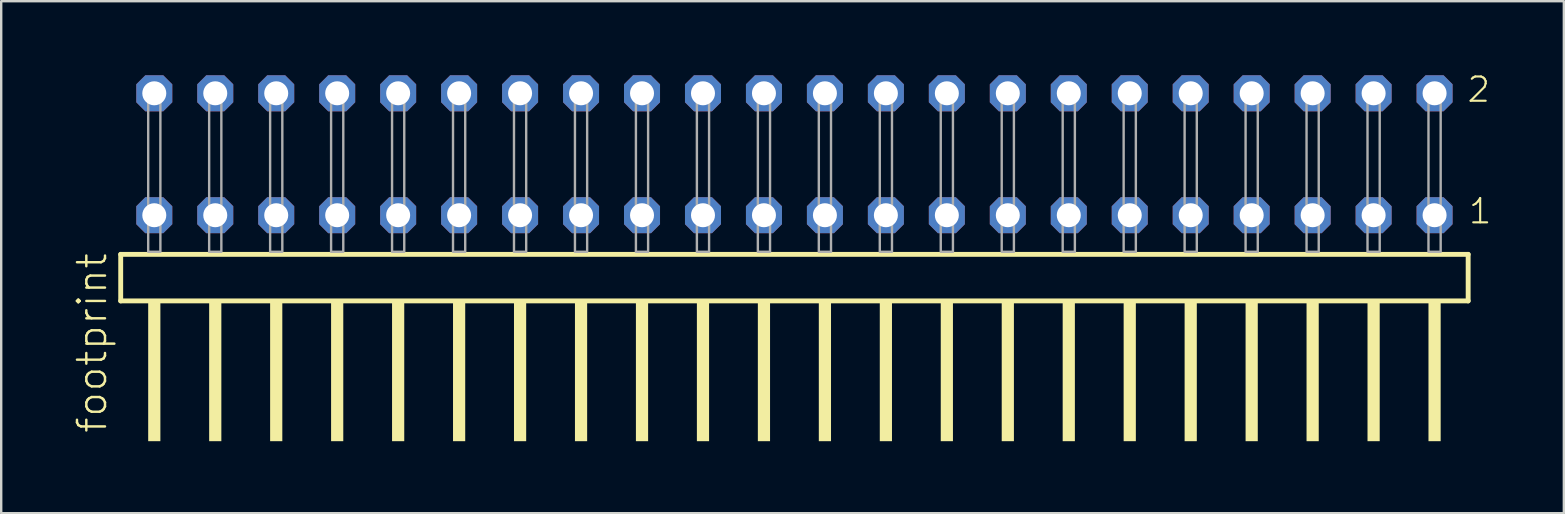
<source format=kicad_pcb>
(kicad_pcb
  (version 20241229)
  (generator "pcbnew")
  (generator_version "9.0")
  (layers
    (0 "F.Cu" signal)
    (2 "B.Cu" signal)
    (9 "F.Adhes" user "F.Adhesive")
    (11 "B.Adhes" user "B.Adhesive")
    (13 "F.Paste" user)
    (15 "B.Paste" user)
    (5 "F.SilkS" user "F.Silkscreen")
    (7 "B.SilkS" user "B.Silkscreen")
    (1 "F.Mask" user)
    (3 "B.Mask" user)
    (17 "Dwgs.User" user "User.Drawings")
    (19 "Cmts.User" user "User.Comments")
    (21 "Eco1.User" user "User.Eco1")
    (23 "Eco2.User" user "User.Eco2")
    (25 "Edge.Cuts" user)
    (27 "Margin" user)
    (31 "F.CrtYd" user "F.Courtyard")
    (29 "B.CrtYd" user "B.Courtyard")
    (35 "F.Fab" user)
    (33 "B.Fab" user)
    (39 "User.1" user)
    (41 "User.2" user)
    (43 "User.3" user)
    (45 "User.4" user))
  (footprint "footprint"
    (layer "F.Cu")
    (at 30.048 7.441)
    (property "Reference" "footprint" (at -28.575 7.62 90) (layer "F.SilkS") (effects (font (size 1.168 1.168) (thickness 0.102)) (justify left bottom)))
    (fp_line (start -28.069 0.106) (end -28.069 2.046) (stroke (width 0.203) (type solid)) (layer "F.SilkS"))
    (fp_line (start -28.069 2.046) (end 28.069 2.046) (stroke (width 0.203) (type solid)) (layer "F.SilkS"))
    (fp_line (start 28.069 0.106) (end -28.069 0.106) (stroke (width 0.203) (type solid)) (layer "F.SilkS"))
    (fp_line (start 28.069 2.046) (end 28.069 0.106) (stroke (width 0.203) (type solid)) (layer "F.SilkS"))
    (fp_poly (pts (xy -26.924 7.89) (xy -26.416 7.89) (xy -26.416 2.04) (xy -26.924 2.04)) (stroke (width 0) (type solid)) (fill yes) (layer "F.SilkS"))
    (fp_poly (pts (xy -24.384 7.89) (xy -23.876 7.89) (xy -23.876 2.04) (xy -24.384 2.04)) (stroke (width 0) (type solid)) (fill yes) (layer "F.SilkS"))
    (fp_poly (pts (xy -21.844 7.89) (xy -21.336 7.89) (xy -21.336 2.04) (xy -21.844 2.04)) (stroke (width 0) (type solid)) (fill yes) (layer "F.SilkS"))
    (fp_poly (pts (xy -19.304 7.89) (xy -18.796 7.89) (xy -18.796 2.04) (xy -19.304 2.04)) (stroke (width 0) (type solid)) (fill yes) (layer "F.SilkS"))
    (fp_poly (pts (xy -16.764 7.89) (xy -16.256 7.89) (xy -16.256 2.04) (xy -16.764 2.04)) (stroke (width 0) (type solid)) (fill yes) (layer "F.SilkS"))
    (fp_poly (pts (xy -14.224 7.89) (xy -13.716 7.89) (xy -13.716 2.04) (xy -14.224 2.04)) (stroke (width 0) (type solid)) (fill yes) (layer "F.SilkS"))
    (fp_poly (pts (xy -11.684 7.89) (xy -11.176 7.89) (xy -11.176 2.04) (xy -11.684 2.04)) (stroke (width 0) (type solid)) (fill yes) (layer "F.SilkS"))
    (fp_poly (pts (xy -9.144 7.89) (xy -8.636 7.89) (xy -8.636 2.04) (xy -9.144 2.04)) (stroke (width 0) (type solid)) (fill yes) (layer "F.SilkS"))
    (fp_poly (pts (xy -6.604 7.89) (xy -6.096 7.89) (xy -6.096 2.04) (xy -6.604 2.04)) (stroke (width 0) (type solid)) (fill yes) (layer "F.SilkS"))
    (fp_poly (pts (xy -4.064 7.89) (xy -3.556 7.89) (xy -3.556 2.04) (xy -4.064 2.04)) (stroke (width 0) (type solid)) (fill yes) (layer "F.SilkS"))
    (fp_poly (pts (xy -1.524 7.89) (xy -1.016 7.89) (xy -1.016 2.04) (xy -1.524 2.04)) (stroke (width 0) (type solid)) (fill yes) (layer "F.SilkS"))
    (fp_poly (pts (xy 1.016 7.89) (xy 1.524 7.89) (xy 1.524 2.04) (xy 1.016 2.04)) (stroke (width 0) (type solid)) (fill yes) (layer "F.SilkS"))
    (fp_poly (pts (xy 3.556 7.89) (xy 4.064 7.89) (xy 4.064 2.04) (xy 3.556 2.04)) (stroke (width 0) (type solid)) (fill yes) (layer "F.SilkS"))
    (fp_poly (pts (xy 6.096 7.89) (xy 6.604 7.89) (xy 6.604 2.04) (xy 6.096 2.04)) (stroke (width 0) (type solid)) (fill yes) (layer "F.SilkS"))
    (fp_poly (pts (xy 8.636 7.89) (xy 9.144 7.89) (xy 9.144 2.04) (xy 8.636 2.04)) (stroke (width 0) (type solid)) (fill yes) (layer "F.SilkS"))
    (fp_poly (pts (xy 11.176 7.89) (xy 11.684 7.89) (xy 11.684 2.04) (xy 11.176 2.04)) (stroke (width 0) (type solid)) (fill yes) (layer "F.SilkS"))
    (fp_poly (pts (xy 13.716 7.89) (xy 14.224 7.89) (xy 14.224 2.04) (xy 13.716 2.04)) (stroke (width 0) (type solid)) (fill yes) (layer "F.SilkS"))
    (fp_poly (pts (xy 16.256 7.89) (xy 16.764 7.89) (xy 16.764 2.04) (xy 16.256 2.04)) (stroke (width 0) (type solid)) (fill yes) (layer "F.SilkS"))
    (fp_poly (pts (xy 18.796 7.89) (xy 19.304 7.89) (xy 19.304 2.04) (xy 18.796 2.04)) (stroke (width 0) (type solid)) (fill yes) (layer "F.SilkS"))
    (fp_poly (pts (xy 21.336 7.89) (xy 21.844 7.89) (xy 21.844 2.04) (xy 21.336 2.04)) (stroke (width 0) (type solid)) (fill yes) (layer "F.SilkS"))
    (fp_poly (pts (xy 23.876 7.89) (xy 24.384 7.89) (xy 24.384 2.04) (xy 23.876 2.04)) (stroke (width 0) (type solid)) (fill yes) (layer "F.SilkS"))
    (fp_poly (pts (xy 26.416 7.89) (xy 26.924 7.89) (xy 26.924 2.04) (xy 26.416 2.04)) (stroke (width 0) (type solid)) (fill yes) (layer "F.SilkS"))
    (fp_poly (pts (xy -26.924 0) (xy -26.416 0) (xy -26.416 -6.858) (xy -26.924 -6.858)) (stroke (width 0.1) (type solid)) (fill no) (layer "F.Fab"))
    (fp_poly (pts (xy -24.384 0) (xy -23.876 0) (xy -23.876 -6.858) (xy -24.384 -6.858)) (stroke (width 0.1) (type solid)) (fill no) (layer "F.Fab"))
    (fp_poly (pts (xy -21.844 0) (xy -21.336 0) (xy -21.336 -6.858) (xy -21.844 -6.858)) (stroke (width 0.1) (type solid)) (fill no) (layer "F.Fab"))
    (fp_poly (pts (xy -19.304 0) (xy -18.796 0) (xy -18.796 -6.858) (xy -19.304 -6.858)) (stroke (width 0.1) (type solid)) (fill no) (layer "F.Fab"))
    (fp_poly (pts (xy -16.764 0) (xy -16.256 0) (xy -16.256 -6.858) (xy -16.764 -6.858)) (stroke (width 0.1) (type solid)) (fill no) (layer "F.Fab"))
    (fp_poly (pts (xy -14.224 0) (xy -13.716 0) (xy -13.716 -6.858) (xy -14.224 -6.858)) (stroke (width 0.1) (type solid)) (fill no) (layer "F.Fab"))
    (fp_poly (pts (xy -11.684 0) (xy -11.176 0) (xy -11.176 -6.858) (xy -11.684 -6.858)) (stroke (width 0.1) (type solid)) (fill no) (layer "F.Fab"))
    (fp_poly (pts (xy -9.144 0) (xy -8.636 0) (xy -8.636 -6.858) (xy -9.144 -6.858)) (stroke (width 0.1) (type solid)) (fill no) (layer "F.Fab"))
    (fp_poly (pts (xy -6.604 0) (xy -6.096 0) (xy -6.096 -6.858) (xy -6.604 -6.858)) (stroke (width 0.1) (type solid)) (fill no) (layer "F.Fab"))
    (fp_poly (pts (xy -4.064 0) (xy -3.556 0) (xy -3.556 -6.858) (xy -4.064 -6.858)) (stroke (width 0.1) (type solid)) (fill no) (layer "F.Fab"))
    (fp_poly (pts (xy -1.524 0) (xy -1.016 0) (xy -1.016 -6.858) (xy -1.524 -6.858)) (stroke (width 0.1) (type solid)) (fill no) (layer "F.Fab"))
    (fp_poly (pts (xy 1.016 0) (xy 1.524 0) (xy 1.524 -6.858) (xy 1.016 -6.858)) (stroke (width 0.1) (type solid)) (fill no) (layer "F.Fab"))
    (fp_poly (pts (xy 3.556 0) (xy 4.064 0) (xy 4.064 -6.858) (xy 3.556 -6.858)) (stroke (width 0.1) (type solid)) (fill no) (layer "F.Fab"))
    (fp_poly (pts (xy 6.096 0) (xy 6.604 0) (xy 6.604 -6.858) (xy 6.096 -6.858)) (stroke (width 0.1) (type solid)) (fill no) (layer "F.Fab"))
    (fp_poly (pts (xy 8.636 0) (xy 9.144 0) (xy 9.144 -6.858) (xy 8.636 -6.858)) (stroke (width 0.1) (type solid)) (fill no) (layer "F.Fab"))
    (fp_poly (pts (xy 11.176 0) (xy 11.684 0) (xy 11.684 -6.858) (xy 11.176 -6.858)) (stroke (width 0.1) (type solid)) (fill no) (layer "F.Fab"))
    (fp_poly (pts (xy 13.716 0) (xy 14.224 0) (xy 14.224 -6.858) (xy 13.716 -6.858)) (stroke (width 0.1) (type solid)) (fill no) (layer "F.Fab"))
    (fp_poly (pts (xy 16.256 0) (xy 16.764 0) (xy 16.764 -6.858) (xy 16.256 -6.858)) (stroke (width 0.1) (type solid)) (fill no) (layer "F.Fab"))
    (fp_poly (pts (xy 18.796 0) (xy 19.304 0) (xy 19.304 -6.858) (xy 18.796 -6.858)) (stroke (width 0.1) (type solid)) (fill no) (layer "F.Fab"))
    (fp_poly (pts (xy 21.336 0) (xy 21.844 0) (xy 21.844 -6.858) (xy 21.336 -6.858)) (stroke (width 0.1) (type solid)) (fill no) (layer "F.Fab"))
    (fp_poly (pts (xy 23.876 0) (xy 24.384 0) (xy 24.384 -6.858) (xy 23.876 -6.858)) (stroke (width 0.1) (type solid)) (fill no) (layer "F.Fab"))
    (fp_poly (pts (xy 26.416 0) (xy 26.924 0) (xy 26.924 -6.858) (xy 26.416 -6.858)) (stroke (width 0.1) (type solid)) (fill no) (layer "F.Fab"))
    (fp_text user "2" (at 27.97 -6.165 0) (layer "F.SilkS") (effects (font (size 1.012 1.012) (thickness 0.088)) (justify left bottom)))
    (fp_text user "1" (at 28.03 -1.1 0) (layer "F.SilkS") (effects (font (size 1.012 1.012) (thickness 0.088)) (justify left bottom)))
    (pad "1" thru_hole roundrect (at 26.67 -1.524 180) (size 1.5 1.5) (drill 1) (layers "*.Cu" "*.Mask") (roundrect_rratio 0.25) (chamfer_ratio 0.25) (chamfer top_left top_right bottom_left bottom_right))
    (pad "2" thru_hole roundrect (at 26.67 -6.604 180) (size 1.5 1.5) (drill 1) (layers "*.Cu" "*.Mask") (roundrect_rratio 0.25) (chamfer_ratio 0.25) (chamfer top_left top_right bottom_left bottom_right))
    (pad "3" thru_hole roundrect (at 24.13 -1.524 180) (size 1.5 1.5) (drill 1) (layers "*.Cu" "*.Mask") (roundrect_rratio 0.25) (chamfer_ratio 0.25) (chamfer top_left top_right bottom_left bottom_right))
    (pad "4" thru_hole roundrect (at 24.13 -6.604 180) (size 1.5 1.5) (drill 1) (layers "*.Cu" "*.Mask") (roundrect_rratio 0.25) (chamfer_ratio 0.25) (chamfer top_left top_right bottom_left bottom_right))
    (pad "5" thru_hole roundrect (at 21.59 -1.524 180) (size 1.5 1.5) (drill 1) (layers "*.Cu" "*.Mask") (roundrect_rratio 0.25) (chamfer_ratio 0.25) (chamfer top_left top_right bottom_left bottom_right))
    (pad "6" thru_hole roundrect (at 21.59 -6.604 180) (size 1.5 1.5) (drill 1) (layers "*.Cu" "*.Mask") (roundrect_rratio 0.25) (chamfer_ratio 0.25) (chamfer top_left top_right bottom_left bottom_right))
    (pad "7" thru_hole roundrect (at 19.05 -1.524 180) (size 1.5 1.5) (drill 1) (layers "*.Cu" "*.Mask") (roundrect_rratio 0.25) (chamfer_ratio 0.25) (chamfer top_left top_right bottom_left bottom_right))
    (pad "8" thru_hole roundrect (at 19.05 -6.604 180) (size 1.5 1.5) (drill 1) (layers "*.Cu" "*.Mask") (roundrect_rratio 0.25) (chamfer_ratio 0.25) (chamfer top_left top_right bottom_left bottom_right))
    (pad "9" thru_hole roundrect (at 16.51 -1.524 180) (size 1.5 1.5) (drill 1) (layers "*.Cu" "*.Mask") (roundrect_rratio 0.25) (chamfer_ratio 0.25) (chamfer top_left top_right bottom_left bottom_right))
    (pad "10" thru_hole roundrect (at 16.51 -6.604 180) (size 1.5 1.5) (drill 1) (layers "*.Cu" "*.Mask") (roundrect_rratio 0.25) (chamfer_ratio 0.25) (chamfer top_left top_right bottom_left bottom_right))
    (pad "11" thru_hole roundrect (at 13.97 -1.524 180) (size 1.5 1.5) (drill 1) (layers "*.Cu" "*.Mask") (roundrect_rratio 0.25) (chamfer_ratio 0.25) (chamfer top_left top_right bottom_left bottom_right))
    (pad "12" thru_hole roundrect (at 13.97 -6.604 180) (size 1.5 1.5) (drill 1) (layers "*.Cu" "*.Mask") (roundrect_rratio 0.25) (chamfer_ratio 0.25) (chamfer top_left top_right bottom_left bottom_right))
    (pad "13" thru_hole roundrect (at 11.43 -1.524 180) (size 1.5 1.5) (drill 1) (layers "*.Cu" "*.Mask") (roundrect_rratio 0.25) (chamfer_ratio 0.25) (chamfer top_left top_right bottom_left bottom_right))
    (pad "14" thru_hole roundrect (at 11.43 -6.604 180) (size 1.5 1.5) (drill 1) (layers "*.Cu" "*.Mask") (roundrect_rratio 0.25) (chamfer_ratio 0.25) (chamfer top_left top_right bottom_left bottom_right))
    (pad "15" thru_hole roundrect (at 8.89 -1.524 180) (size 1.5 1.5) (drill 1) (layers "*.Cu" "*.Mask") (roundrect_rratio 0.25) (chamfer_ratio 0.25) (chamfer top_left top_right bottom_left bottom_right))
    (pad "16" thru_hole roundrect (at 8.89 -6.604 180) (size 1.5 1.5) (drill 1) (layers "*.Cu" "*.Mask") (roundrect_rratio 0.25) (chamfer_ratio 0.25) (chamfer top_left top_right bottom_left bottom_right))
    (pad "17" thru_hole roundrect (at 6.35 -1.524 180) (size 1.5 1.5) (drill 1) (layers "*.Cu" "*.Mask") (roundrect_rratio 0.25) (chamfer_ratio 0.25) (chamfer top_left top_right bottom_left bottom_right))
    (pad "18" thru_hole roundrect (at 6.35 -6.604 180) (size 1.5 1.5) (drill 1) (layers "*.Cu" "*.Mask") (roundrect_rratio 0.25) (chamfer_ratio 0.25) (chamfer top_left top_right bottom_left bottom_right))
    (pad "19" thru_hole roundrect (at 3.81 -1.524 180) (size 1.5 1.5) (drill 1) (layers "*.Cu" "*.Mask") (roundrect_rratio 0.25) (chamfer_ratio 0.25) (chamfer top_left top_right bottom_left bottom_right))
    (pad "20" thru_hole roundrect (at 3.81 -6.604 180) (size 1.5 1.5) (drill 1) (layers "*.Cu" "*.Mask") (roundrect_rratio 0.25) (chamfer_ratio 0.25) (chamfer top_left top_right bottom_left bottom_right))
    (pad "21" thru_hole roundrect (at 1.27 -1.524 180) (size 1.5 1.5) (drill 1) (layers "*.Cu" "*.Mask") (roundrect_rratio 0.25) (chamfer_ratio 0.25) (chamfer top_left top_right bottom_left bottom_right))
    (pad "22" thru_hole roundrect (at 1.27 -6.604 180) (size 1.5 1.5) (drill 1) (layers "*.Cu" "*.Mask") (roundrect_rratio 0.25) (chamfer_ratio 0.25) (chamfer top_left top_right bottom_left bottom_right))
    (pad "23" thru_hole roundrect (at -1.27 -1.524 180) (size 1.5 1.5) (drill 1) (layers "*.Cu" "*.Mask") (roundrect_rratio 0.25) (chamfer_ratio 0.25) (chamfer top_left top_right bottom_left bottom_right))
    (pad "24" thru_hole roundrect (at -1.27 -6.604 180) (size 1.5 1.5) (drill 1) (layers "*.Cu" "*.Mask") (roundrect_rratio 0.25) (chamfer_ratio 0.25) (chamfer top_left top_right bottom_left bottom_right))
    (pad "25" thru_hole roundrect (at -3.81 -1.524 180) (size 1.5 1.5) (drill 1) (layers "*.Cu" "*.Mask") (roundrect_rratio 0.25) (chamfer_ratio 0.25) (chamfer top_left top_right bottom_left bottom_right))
    (pad "26" thru_hole roundrect (at -3.81 -6.604 180) (size 1.5 1.5) (drill 1) (layers "*.Cu" "*.Mask") (roundrect_rratio 0.25) (chamfer_ratio 0.25) (chamfer top_left top_right bottom_left bottom_right))
    (pad "27" thru_hole roundrect (at -6.35 -1.524 180) (size 1.5 1.5) (drill 1) (layers "*.Cu" "*.Mask") (roundrect_rratio 0.25) (chamfer_ratio 0.25) (chamfer top_left top_right bottom_left bottom_right))
    (pad "28" thru_hole roundrect (at -6.35 -6.604 180) (size 1.5 1.5) (drill 1) (layers "*.Cu" "*.Mask") (roundrect_rratio 0.25) (chamfer_ratio 0.25) (chamfer top_left top_right bottom_left bottom_right))
    (pad "29" thru_hole roundrect (at -8.89 -1.524 180) (size 1.5 1.5) (drill 1) (layers "*.Cu" "*.Mask") (roundrect_rratio 0.25) (chamfer_ratio 0.25) (chamfer top_left top_right bottom_left bottom_right))
    (pad "30" thru_hole roundrect (at -8.89 -6.604 180) (size 1.5 1.5) (drill 1) (layers "*.Cu" "*.Mask") (roundrect_rratio 0.25) (chamfer_ratio 0.25) (chamfer top_left top_right bottom_left bottom_right))
    (pad "31" thru_hole roundrect (at -11.43 -1.524 180) (size 1.5 1.5) (drill 1) (layers "*.Cu" "*.Mask") (roundrect_rratio 0.25) (chamfer_ratio 0.25) (chamfer top_left top_right bottom_left bottom_right))
    (pad "32" thru_hole roundrect (at -11.43 -6.604 180) (size 1.5 1.5) (drill 1) (layers "*.Cu" "*.Mask") (roundrect_rratio 0.25) (chamfer_ratio 0.25) (chamfer top_left top_right bottom_left bottom_right))
    (pad "33" thru_hole roundrect (at -13.97 -1.524 180) (size 1.5 1.5) (drill 1) (layers "*.Cu" "*.Mask") (roundrect_rratio 0.25) (chamfer_ratio 0.25) (chamfer top_left top_right bottom_left bottom_right))
    (pad "34" thru_hole roundrect (at -13.97 -6.604 180) (size 1.5 1.5) (drill 1) (layers "*.Cu" "*.Mask") (roundrect_rratio 0.25) (chamfer_ratio 0.25) (chamfer top_left top_right bottom_left bottom_right))
    (pad "35" thru_hole roundrect (at -16.51 -1.524 180) (size 1.5 1.5) (drill 1) (layers "*.Cu" "*.Mask") (roundrect_rratio 0.25) (chamfer_ratio 0.25) (chamfer top_left top_right bottom_left bottom_right))
    (pad "36" thru_hole roundrect (at -16.51 -6.604 180) (size 1.5 1.5) (drill 1) (layers "*.Cu" "*.Mask") (roundrect_rratio 0.25) (chamfer_ratio 0.25) (chamfer top_left top_right bottom_left bottom_right))
    (pad "37" thru_hole roundrect (at -19.05 -1.524 180) (size 1.5 1.5) (drill 1) (layers "*.Cu" "*.Mask") (roundrect_rratio 0.25) (chamfer_ratio 0.25) (chamfer top_left top_right bottom_left bottom_right))
    (pad "38" thru_hole roundrect (at -19.05 -6.604 180) (size 1.5 1.5) (drill 1) (layers "*.Cu" "*.Mask") (roundrect_rratio 0.25) (chamfer_ratio 0.25) (chamfer top_left top_right bottom_left bottom_right))
    (pad "39" thru_hole roundrect (at -21.59 -1.524 180) (size 1.5 1.5) (drill 1) (layers "*.Cu" "*.Mask") (roundrect_rratio 0.25) (chamfer_ratio 0.25) (chamfer top_left top_right bottom_left bottom_right))
    (pad "40" thru_hole roundrect (at -21.59 -6.604 180) (size 1.5 1.5) (drill 1) (layers "*.Cu" "*.Mask") (roundrect_rratio 0.25) (chamfer_ratio 0.25) (chamfer top_left top_right bottom_left bottom_right))
    (pad "41" thru_hole roundrect (at -24.13 -1.524 180) (size 1.5 1.5) (drill 1) (layers "*.Cu" "*.Mask") (roundrect_rratio 0.25) (chamfer_ratio 0.25) (chamfer top_left top_right bottom_left bottom_right))
    (pad "42" thru_hole roundrect (at -24.13 -6.604 180) (size 1.5 1.5) (drill 1) (layers "*.Cu" "*.Mask") (roundrect_rratio 0.25) (chamfer_ratio 0.25) (chamfer top_left top_right bottom_left bottom_right))
    (pad "43" thru_hole roundrect (at -26.67 -1.524 180) (size 1.5 1.5) (drill 1) (layers "*.Cu" "*.Mask") (roundrect_rratio 0.25) (chamfer_ratio 0.25) (chamfer top_left top_right bottom_left bottom_right))
    (pad "44" thru_hole roundrect (at -26.67 -6.604 180) (size 1.5 1.5) (drill 1) (layers "*.Cu" "*.Mask") (roundrect_rratio 0.25) (chamfer_ratio 0.25) (chamfer top_left top_right bottom_left bottom_right)))
  (gr_rect
    (start -3 -3)
    (end 62.104 18.331)
    (stroke (width 0.1) (type default))
    (fill no)
    (layer "Edge.Cuts")))
</source>
